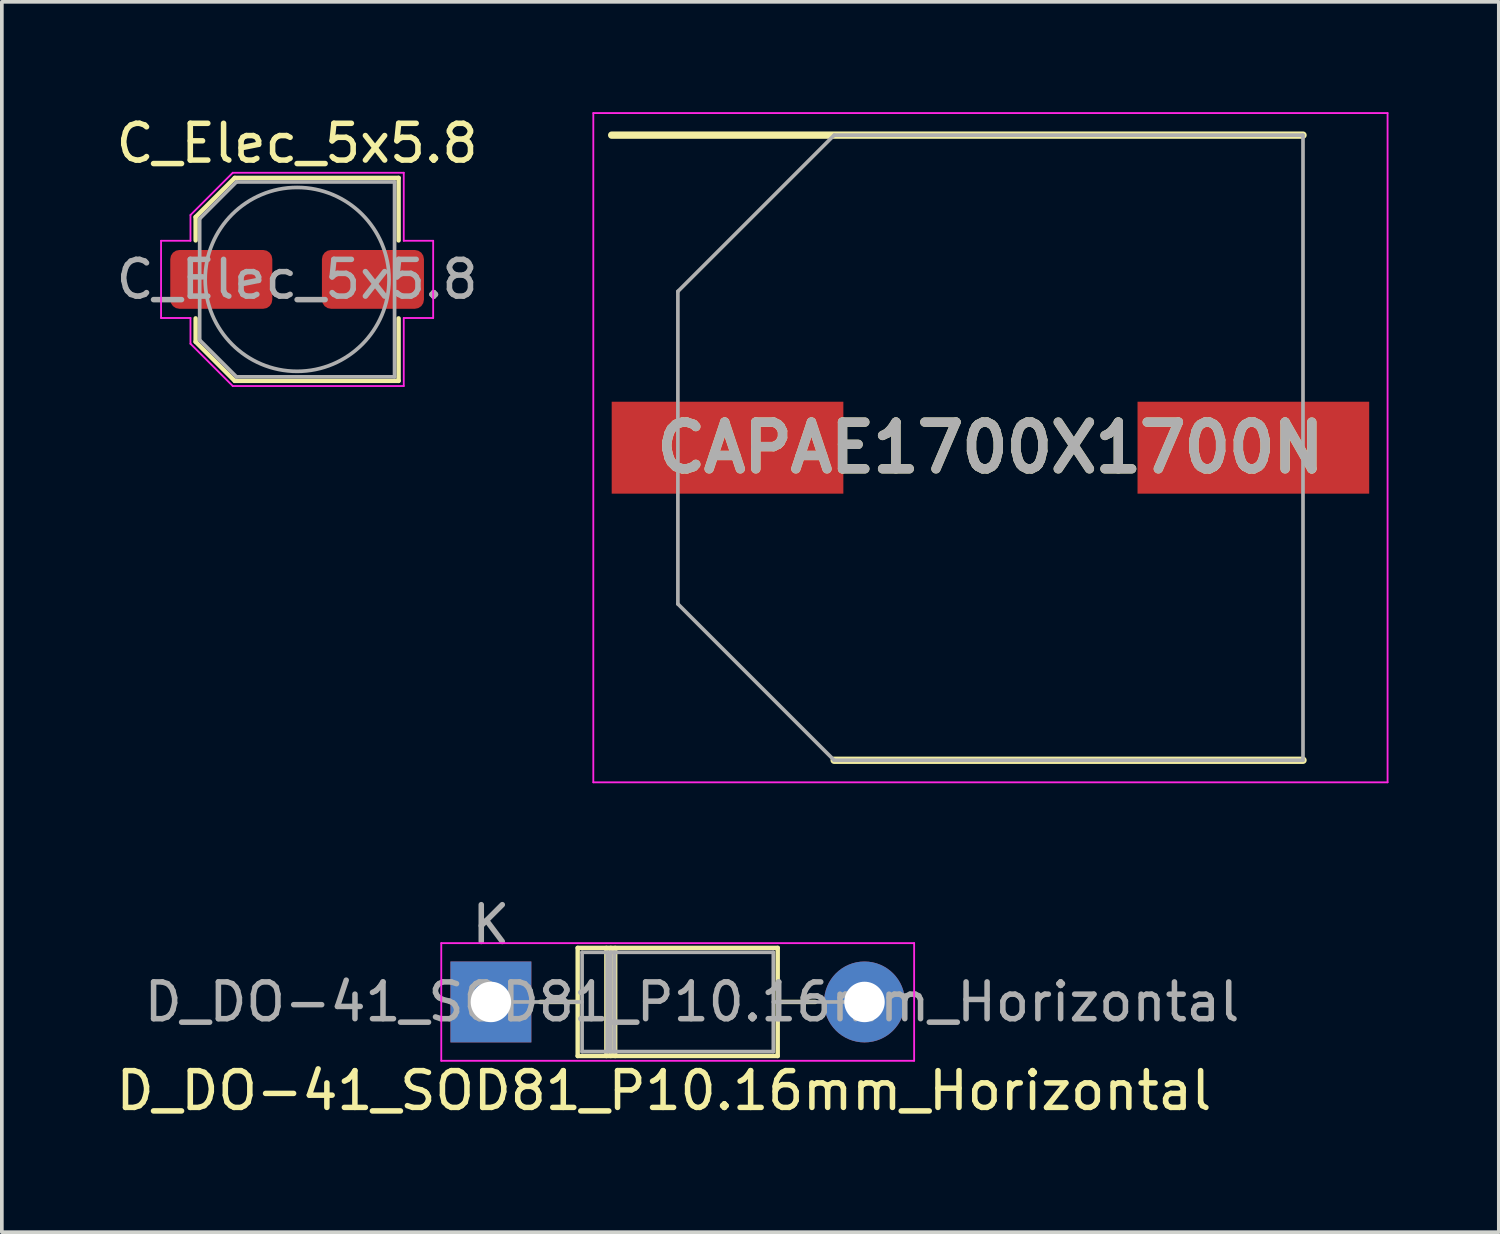
<source format=kicad_pcb>
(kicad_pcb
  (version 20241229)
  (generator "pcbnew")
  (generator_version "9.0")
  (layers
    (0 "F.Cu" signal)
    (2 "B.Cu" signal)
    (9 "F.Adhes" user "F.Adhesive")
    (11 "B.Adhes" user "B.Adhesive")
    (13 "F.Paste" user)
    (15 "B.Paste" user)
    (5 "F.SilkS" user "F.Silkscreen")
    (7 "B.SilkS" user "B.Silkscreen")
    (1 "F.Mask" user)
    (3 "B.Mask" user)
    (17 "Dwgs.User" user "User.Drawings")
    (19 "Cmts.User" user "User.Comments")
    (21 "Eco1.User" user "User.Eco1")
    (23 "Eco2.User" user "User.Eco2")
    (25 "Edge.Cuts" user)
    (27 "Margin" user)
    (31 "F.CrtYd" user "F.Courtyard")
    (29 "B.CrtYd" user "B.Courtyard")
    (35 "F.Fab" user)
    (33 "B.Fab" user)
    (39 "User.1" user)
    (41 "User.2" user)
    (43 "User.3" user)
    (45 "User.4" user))
  (footprint "C_Elec_5x5.8"
    (layer "F.Cu")
    (at 5.03 4.548)
    (property "Reference" "C_Elec_5x5.8" (at 0 -3.7 0) (layer "F.SilkS") (effects (font (size 1 1) (thickness 0.15))))
    (attr smd)
    (fp_line (start -2.76 -1.696) (end -2.76 -1.06) (stroke (width 0.12) (type solid)) (layer "F.SilkS"))
    (fp_line (start -2.76 -1.696) (end -1.696 -2.76) (stroke (width 0.12) (type solid)) (layer "F.SilkS"))
    (fp_line (start -2.76 1.696) (end -2.76 1.06) (stroke (width 0.12) (type solid)) (layer "F.SilkS"))
    (fp_line (start -2.76 1.696) (end -1.696 2.76) (stroke (width 0.12) (type solid)) (layer "F.SilkS"))
    (fp_line (start -1.696 -2.76) (end 2.76 -2.76) (stroke (width 0.12) (type solid)) (layer "F.SilkS"))
    (fp_line (start -1.696 2.76) (end 2.76 2.76) (stroke (width 0.12) (type solid)) (layer "F.SilkS"))
    (fp_line (start 2.76 -2.76) (end 2.76 -1.06) (stroke (width 0.12) (type solid)) (layer "F.SilkS"))
    (fp_line (start 2.76 2.76) (end 2.76 1.06) (stroke (width 0.12) (type solid)) (layer "F.SilkS"))
    (fp_line (start -3.7 -1.05) (end -3.7 1.05) (stroke (width 0.05) (type solid)) (layer "F.CrtYd"))
    (fp_line (start -3.7 1.05) (end -2.9 1.05) (stroke (width 0.05) (type solid)) (layer "F.CrtYd"))
    (fp_line (start -2.9 -1.75) (end -2.9 -1.05) (stroke (width 0.05) (type solid)) (layer "F.CrtYd"))
    (fp_line (start -2.9 -1.75) (end -1.75 -2.9) (stroke (width 0.05) (type solid)) (layer "F.CrtYd"))
    (fp_line (start -2.9 -1.05) (end -3.7 -1.05) (stroke (width 0.05) (type solid)) (layer "F.CrtYd"))
    (fp_line (start -2.9 1.05) (end -2.9 1.75) (stroke (width 0.05) (type solid)) (layer "F.CrtYd"))
    (fp_line (start -2.9 1.75) (end -1.75 2.9) (stroke (width 0.05) (type solid)) (layer "F.CrtYd"))
    (fp_line (start -1.75 -2.9) (end 2.9 -2.9) (stroke (width 0.05) (type solid)) (layer "F.CrtYd"))
    (fp_line (start -1.75 2.9) (end 2.9 2.9) (stroke (width 0.05) (type solid)) (layer "F.CrtYd"))
    (fp_line (start 2.9 -2.9) (end 2.9 -1.05) (stroke (width 0.05) (type solid)) (layer "F.CrtYd"))
    (fp_line (start 2.9 -1.05) (end 3.7 -1.05) (stroke (width 0.05) (type solid)) (layer "F.CrtYd"))
    (fp_line (start 2.9 1.05) (end 2.9 2.9) (stroke (width 0.05) (type solid)) (layer "F.CrtYd"))
    (fp_line (start 3.7 -1.05) (end 3.7 1.05) (stroke (width 0.05) (type solid)) (layer "F.CrtYd"))
    (fp_line (start 3.7 1.05) (end 2.9 1.05) (stroke (width 0.05) (type solid)) (layer "F.CrtYd"))
    (fp_line (start -2.65 -1.65) (end -2.65 1.65) (stroke (width 0.1) (type solid)) (layer "F.Fab"))
    (fp_line (start -2.65 -1.65) (end -1.65 -2.65) (stroke (width 0.1) (type solid)) (layer "F.Fab"))
    (fp_line (start -2.65 1.65) (end -1.65 2.65) (stroke (width 0.1) (type solid)) (layer "F.Fab"))
    (fp_line (start -1.65 -2.65) (end 2.65 -2.65) (stroke (width 0.1) (type solid)) (layer "F.Fab"))
    (fp_line (start -1.65 2.65) (end 2.65 2.65) (stroke (width 0.1) (type solid)) (layer "F.Fab"))
    (fp_line (start 2.65 -2.65) (end 2.65 2.65) (stroke (width 0.1) (type solid)) (layer "F.Fab"))
    (fp_circle (center 0 0) (end 2.5 0) (stroke (width 0.1) (type solid)) (fill no) (layer "F.Fab"))
    (fp_text user "${REFERENCE}" (at 0 0 0) (layer "F.Fab") (effects (font (size 1 1) (thickness 0.15))))
    (pad "1" smd roundrect (at -2.062 0) (size 2.775 1.6) (layers "F.Cu" "F.Mask" "F.Paste") (roundrect_rratio 0.156))
    (pad "2" smd roundrect (at 2.062 0) (size 2.775 1.6) (layers "F.Cu" "F.Mask" "F.Paste") (roundrect_rratio 0.156)))
  (footprint "D_DO-41_SOD81_P10.16mm_Horizontal"
    (layer "F.Cu")
    (at 10.3 24.198)
    (property "Reference" "D_DO-41_SOD81_P10.16mm_Horizontal" (at 4.706 2.413 0) (layer "F.SilkS") (effects (font (size 1 1) (thickness 0.15))))
    (attr through_hole)
    (fp_line (start 1.34 0) (end 2.36 0) (stroke (width 0.12) (type solid)) (layer "F.SilkS"))
    (fp_line (start 2.36 -1.47) (end 2.36 1.47) (stroke (width 0.12) (type solid)) (layer "F.SilkS"))
    (fp_line (start 2.36 1.47) (end 7.8 1.47) (stroke (width 0.12) (type solid)) (layer "F.SilkS"))
    (fp_line (start 3.14 -1.47) (end 3.14 1.47) (stroke (width 0.12) (type solid)) (layer "F.SilkS"))
    (fp_line (start 3.26 -1.47) (end 3.26 1.47) (stroke (width 0.12) (type solid)) (layer "F.SilkS"))
    (fp_line (start 3.38 -1.47) (end 3.38 1.47) (stroke (width 0.12) (type solid)) (layer "F.SilkS"))
    (fp_line (start 7.8 -1.47) (end 2.36 -1.47) (stroke (width 0.12) (type solid)) (layer "F.SilkS"))
    (fp_line (start 7.8 1.47) (end 7.8 -1.47) (stroke (width 0.12) (type solid)) (layer "F.SilkS"))
    (fp_line (start 8.82 0) (end 7.8 0) (stroke (width 0.12) (type solid)) (layer "F.SilkS"))
    (fp_line (start -1.35 -1.6) (end -1.35 1.6) (stroke (width 0.05) (type solid)) (layer "F.CrtYd"))
    (fp_line (start -1.35 1.6) (end 11.51 1.6) (stroke (width 0.05) (type solid)) (layer "F.CrtYd"))
    (fp_line (start 11.51 -1.6) (end -1.35 -1.6) (stroke (width 0.05) (type solid)) (layer "F.CrtYd"))
    (fp_line (start 11.51 1.6) (end 11.51 -1.6) (stroke (width 0.05) (type solid)) (layer "F.CrtYd"))
    (fp_line (start 0 0) (end 2.48 0) (stroke (width 0.1) (type solid)) (layer "F.Fab"))
    (fp_line (start 2.48 -1.35) (end 2.48 1.35) (stroke (width 0.1) (type solid)) (layer "F.Fab"))
    (fp_line (start 2.48 1.35) (end 7.68 1.35) (stroke (width 0.1) (type solid)) (layer "F.Fab"))
    (fp_line (start 3.16 -1.35) (end 3.16 1.35) (stroke (width 0.1) (type solid)) (layer "F.Fab"))
    (fp_line (start 3.26 -1.35) (end 3.26 1.35) (stroke (width 0.1) (type solid)) (layer "F.Fab"))
    (fp_line (start 3.36 -1.35) (end 3.36 1.35) (stroke (width 0.1) (type solid)) (layer "F.Fab"))
    (fp_line (start 7.68 -1.35) (end 2.48 -1.35) (stroke (width 0.1) (type solid)) (layer "F.Fab"))
    (fp_line (start 7.68 1.35) (end 7.68 -1.35) (stroke (width 0.1) (type solid)) (layer "F.Fab"))
    (fp_line (start 10.16 0) (end 7.68 0) (stroke (width 0.1) (type solid)) (layer "F.Fab"))
    (fp_text user "${REFERENCE}" (at 5.47 0 0) (layer "F.Fab") (effects (font (size 1 1) (thickness 0.15))))
    (fp_text user "K" (at 0 -2.1 0) (layer "F.Fab") (effects (font (size 1 1) (thickness 0.15))))
    (pad "1" thru_hole rect (at 0 0) (size 2.2 2.2) (drill 1.1) (layers "*.Cu" "*.Mask"))
    (pad "2" thru_hole oval (at 10.16 0) (size 2.2 2.2) (drill 1.1) (layers "*.Cu" "*.Mask")))
  (footprint "CAPAE1700X1700N"
    (layer "F.Cu")
    (at 23.885 9.125)
    (property "Reference" "CAPAE1700X1700N" (at 0 0 0) (layer "F.SilkS") (effects (font (size 1.27 1.27) (thickness 0.254))))
    (attr smd)
    (fp_line (start -10.3 -8.5) (end 8.5 -8.5) (stroke (width 0.2) (type solid)) (layer "F.SilkS"))
    (fp_line (start -4.25 8.5) (end 8.5 8.5) (stroke (width 0.2) (type solid)) (layer "F.SilkS"))
    (fp_line (start -10.8 -9.1) (end 10.8 -9.1) (stroke (width 0.05) (type solid)) (layer "F.CrtYd"))
    (fp_line (start -10.8 9.1) (end -10.8 -9.1) (stroke (width 0.05) (type solid)) (layer "F.CrtYd"))
    (fp_line (start 10.8 -9.1) (end 10.8 9.1) (stroke (width 0.05) (type solid)) (layer "F.CrtYd"))
    (fp_line (start 10.8 9.1) (end -10.8 9.1) (stroke (width 0.05) (type solid)) (layer "F.CrtYd"))
    (fp_line (start -8.5 -4.25) (end -8.5 4.25) (stroke (width 0.1) (type solid)) (layer "F.Fab"))
    (fp_line (start -8.5 4.25) (end -4.25 8.5) (stroke (width 0.1) (type solid)) (layer "F.Fab"))
    (fp_line (start -4.25 -8.5) (end -8.5 -4.25) (stroke (width 0.1) (type solid)) (layer "F.Fab"))
    (fp_line (start -4.25 8.5) (end 8.5 8.5) (stroke (width 0.1) (type solid)) (layer "F.Fab"))
    (fp_line (start 8.5 -8.5) (end -4.25 -8.5) (stroke (width 0.1) (type solid)) (layer "F.Fab"))
    (fp_line (start 8.5 8.5) (end 8.5 -8.5) (stroke (width 0.1) (type solid)) (layer "F.Fab"))
    (fp_text user "${REFERENCE}" (at 0 0 0) (layer "F.Fab") (effects (font (size 1.27 1.27) (thickness 0.254))))
    (pad "1" smd rect (at -7.15 0 90) (size 2.5 6.3) (layers "F.Cu" "F.Mask" "F.Paste"))
    (pad "2" smd rect (at 7.15 0 90) (size 2.5 6.3) (layers "F.Cu" "F.Mask" "F.Paste")))
  (gr_rect
    (start -3 -3)
    (end 37.71 30.459)
    (stroke (width 0.1) (type default))
    (fill no)
    (layer "Edge.Cuts")))
</source>
